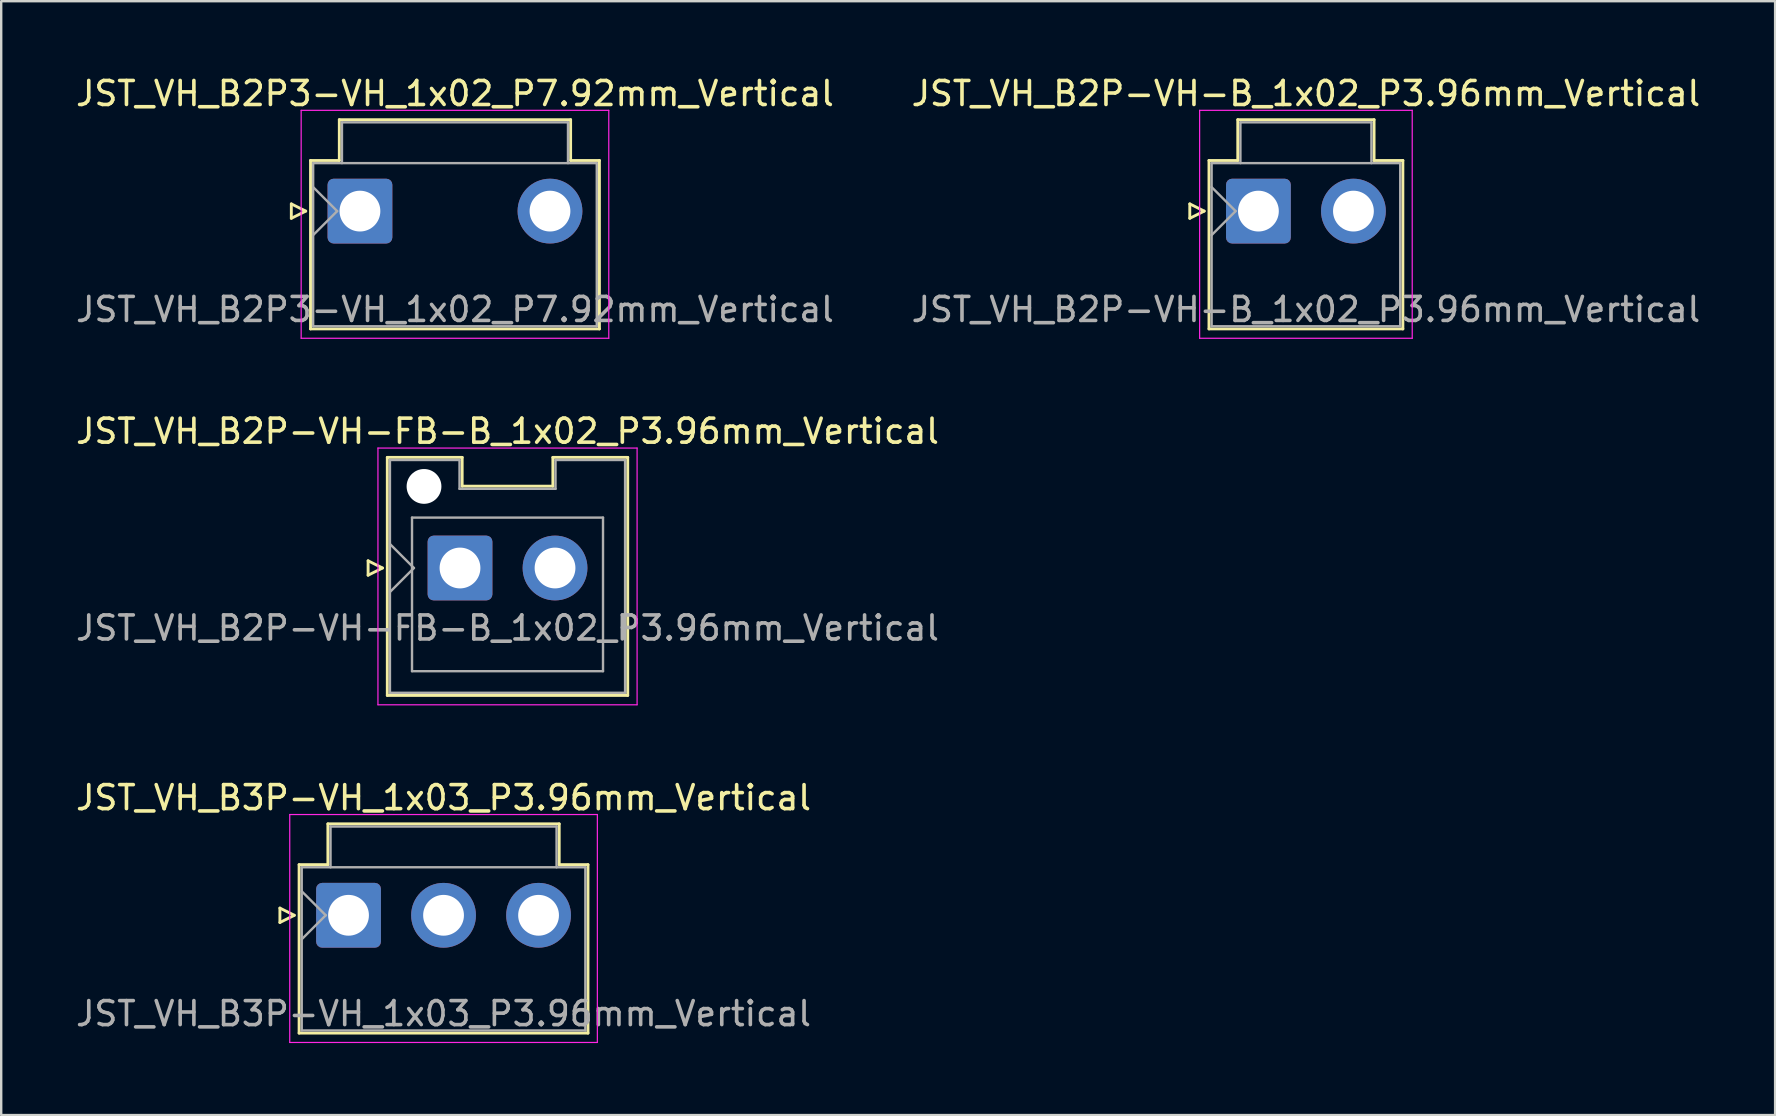
<source format=kicad_pcb>
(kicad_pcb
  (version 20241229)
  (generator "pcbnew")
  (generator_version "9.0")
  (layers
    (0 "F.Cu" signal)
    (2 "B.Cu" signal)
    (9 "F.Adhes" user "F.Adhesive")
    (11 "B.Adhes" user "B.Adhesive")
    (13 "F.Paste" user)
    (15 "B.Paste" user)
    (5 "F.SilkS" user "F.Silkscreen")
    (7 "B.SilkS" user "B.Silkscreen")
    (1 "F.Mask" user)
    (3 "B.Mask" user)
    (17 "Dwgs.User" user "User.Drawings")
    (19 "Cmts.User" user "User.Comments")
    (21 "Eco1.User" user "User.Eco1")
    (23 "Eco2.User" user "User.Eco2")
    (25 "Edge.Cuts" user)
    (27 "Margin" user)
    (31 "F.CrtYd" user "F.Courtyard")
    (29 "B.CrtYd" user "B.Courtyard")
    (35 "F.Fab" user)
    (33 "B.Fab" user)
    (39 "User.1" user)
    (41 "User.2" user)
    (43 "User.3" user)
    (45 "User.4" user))
  (footprint "JST_VH_B3P-VH_1x03_P3.96mm_Vertical"
    (layer "F.Cu")
    (at 11.475 35.095)
    (property "Reference" "JST_VH_B3P-VH_1x03_P3.96mm_Vertical" (at 3.96 -4.9 0) (layer "F.SilkS") (effects (font (size 1 1) (thickness 0.15))))
    (attr through_hole)
    (fp_line (start -2.86 -0.3) (end -2.26 0) (stroke (width 0.12) (type solid)) (layer "F.SilkS"))
    (fp_line (start -2.86 0.3) (end -2.86 -0.3) (stroke (width 0.12) (type solid)) (layer "F.SilkS"))
    (fp_line (start -2.26 0) (end -2.86 0.3) (stroke (width 0.12) (type solid)) (layer "F.SilkS"))
    (fp_line (start -2.06 -2.11) (end -0.86 -2.11) (stroke (width 0.12) (type solid)) (layer "F.SilkS"))
    (fp_line (start -2.06 4.91) (end -2.06 -2.11) (stroke (width 0.12) (type solid)) (layer "F.SilkS"))
    (fp_line (start -0.86 -3.81) (end 8.78 -3.81) (stroke (width 0.12) (type solid)) (layer "F.SilkS"))
    (fp_line (start -0.86 -2.11) (end -0.86 -3.81) (stroke (width 0.12) (type solid)) (layer "F.SilkS"))
    (fp_line (start 8.78 -3.81) (end 8.78 -2.11) (stroke (width 0.12) (type solid)) (layer "F.SilkS"))
    (fp_line (start 8.78 -2.11) (end 9.98 -2.11) (stroke (width 0.12) (type solid)) (layer "F.SilkS"))
    (fp_line (start 9.98 -2.11) (end 9.98 4.91) (stroke (width 0.12) (type solid)) (layer "F.SilkS"))
    (fp_line (start 9.98 4.91) (end -2.06 4.91) (stroke (width 0.12) (type solid)) (layer "F.SilkS"))
    (fp_line (start -2.45 -4.2) (end -2.45 5.3) (stroke (width 0.05) (type solid)) (layer "F.CrtYd"))
    (fp_line (start -2.45 5.3) (end 10.37 5.3) (stroke (width 0.05) (type solid)) (layer "F.CrtYd"))
    (fp_line (start 10.37 -4.2) (end -2.45 -4.2) (stroke (width 0.05) (type solid)) (layer "F.CrtYd"))
    (fp_line (start 10.37 5.3) (end 10.37 -4.2) (stroke (width 0.05) (type solid)) (layer "F.CrtYd"))
    (fp_line (start -1.95 -2) (end -1.95 4.8) (stroke (width 0.1) (type solid)) (layer "F.Fab"))
    (fp_line (start -1.95 -1) (end -0.95 0) (stroke (width 0.1) (type solid)) (layer "F.Fab"))
    (fp_line (start -1.95 1) (end -0.95 0) (stroke (width 0.1) (type solid)) (layer "F.Fab"))
    (fp_line (start -1.95 4.8) (end 9.87 4.8) (stroke (width 0.1) (type solid)) (layer "F.Fab"))
    (fp_line (start -0.75 -3.7) (end 8.67 -3.7) (stroke (width 0.1) (type solid)) (layer "F.Fab"))
    (fp_line (start -0.75 -2) (end -0.75 -3.7) (stroke (width 0.1) (type solid)) (layer "F.Fab"))
    (fp_line (start 8.67 -3.7) (end 8.67 -2) (stroke (width 0.1) (type solid)) (layer "F.Fab"))
    (fp_line (start 9.87 -2) (end -1.95 -2) (stroke (width 0.1) (type solid)) (layer "F.Fab"))
    (fp_line (start 9.87 4.8) (end 9.87 -2) (stroke (width 0.1) (type solid)) (layer "F.Fab"))
    (fp_text user "${REFERENCE}" (at 3.96 4.1 0) (layer "F.Fab") (effects (font (size 1 1) (thickness 0.15))))
    (pad "1" thru_hole roundrect (at 0 0) (size 2.7 2.7) (drill 1.7) (layers "*.Cu" "*.Mask") (roundrect_rratio 0.093))
    (pad "2" thru_hole circle (at 3.96 0) (size 2.7 2.7) (drill 1.7) (layers "*.Cu" "*.Mask"))
    (pad "3" thru_hole circle (at 7.92 0) (size 2.7 2.7) (drill 1.7) (layers "*.Cu" "*.Mask")))
  (footprint "JST_VH_B2P-VH-B_1x02_P3.96mm_Vertical"
    (layer "F.Cu")
    (at 49.395 5.748)
    (property "Reference" "JST_VH_B2P-VH-B_1x02_P3.96mm_Vertical" (at 1.98 -4.9 0) (layer "F.SilkS") (effects (font (size 1 1) (thickness 0.15))))
    (attr through_hole)
    (fp_line (start -2.86 -0.3) (end -2.26 0) (stroke (width 0.12) (type solid)) (layer "F.SilkS"))
    (fp_line (start -2.86 0.3) (end -2.86 -0.3) (stroke (width 0.12) (type solid)) (layer "F.SilkS"))
    (fp_line (start -2.26 0) (end -2.86 0.3) (stroke (width 0.12) (type solid)) (layer "F.SilkS"))
    (fp_line (start -2.06 -2.11) (end -0.86 -2.11) (stroke (width 0.12) (type solid)) (layer "F.SilkS"))
    (fp_line (start -2.06 4.91) (end -2.06 -2.11) (stroke (width 0.12) (type solid)) (layer "F.SilkS"))
    (fp_line (start -0.86 -3.81) (end 4.82 -3.81) (stroke (width 0.12) (type solid)) (layer "F.SilkS"))
    (fp_line (start -0.86 -2.11) (end -0.86 -3.81) (stroke (width 0.12) (type solid)) (layer "F.SilkS"))
    (fp_line (start 4.82 -3.81) (end 4.82 -2.11) (stroke (width 0.12) (type solid)) (layer "F.SilkS"))
    (fp_line (start 4.82 -2.11) (end 6.02 -2.11) (stroke (width 0.12) (type solid)) (layer "F.SilkS"))
    (fp_line (start 6.02 -2.11) (end 6.02 4.91) (stroke (width 0.12) (type solid)) (layer "F.SilkS"))
    (fp_line (start 6.02 4.91) (end -2.06 4.91) (stroke (width 0.12) (type solid)) (layer "F.SilkS"))
    (fp_line (start -2.45 -4.2) (end -2.45 5.3) (stroke (width 0.05) (type solid)) (layer "F.CrtYd"))
    (fp_line (start -2.45 5.3) (end 6.41 5.3) (stroke (width 0.05) (type solid)) (layer "F.CrtYd"))
    (fp_line (start 6.41 -4.2) (end -2.45 -4.2) (stroke (width 0.05) (type solid)) (layer "F.CrtYd"))
    (fp_line (start 6.41 5.3) (end 6.41 -4.2) (stroke (width 0.05) (type solid)) (layer "F.CrtYd"))
    (fp_line (start -1.95 -2) (end -1.95 4.8) (stroke (width 0.1) (type solid)) (layer "F.Fab"))
    (fp_line (start -1.95 -1) (end -0.95 0) (stroke (width 0.1) (type solid)) (layer "F.Fab"))
    (fp_line (start -1.95 1) (end -0.95 0) (stroke (width 0.1) (type solid)) (layer "F.Fab"))
    (fp_line (start -1.95 4.8) (end 5.91 4.8) (stroke (width 0.1) (type solid)) (layer "F.Fab"))
    (fp_line (start -0.75 -3.7) (end 4.71 -3.7) (stroke (width 0.1) (type solid)) (layer "F.Fab"))
    (fp_line (start -0.75 -2) (end -0.75 -3.7) (stroke (width 0.1) (type solid)) (layer "F.Fab"))
    (fp_line (start 4.71 -3.7) (end 4.71 -2) (stroke (width 0.1) (type solid)) (layer "F.Fab"))
    (fp_line (start 5.91 -2) (end -1.95 -2) (stroke (width 0.1) (type solid)) (layer "F.Fab"))
    (fp_line (start 5.91 4.8) (end 5.91 -2) (stroke (width 0.1) (type solid)) (layer "F.Fab"))
    (fp_text user "${REFERENCE}" (at 1.98 4.1 0) (layer "F.Fab") (effects (font (size 1 1) (thickness 0.15))))
    (pad "1" thru_hole roundrect (at 0 0) (size 2.7 2.7) (drill 1.7) (layers "*.Cu" "*.Mask") (roundrect_rratio 0.093))
    (pad "2" thru_hole circle (at 3.96 0) (size 2.7 2.7) (drill 1.7) (layers "*.Cu" "*.Mask")))
  (footprint "JST_VH_B2P-VH-FB-B_1x02_P3.96mm_Vertical"
    (layer "F.Cu")
    (at 16.121 20.622)
    (property "Reference" "JST_VH_B2P-VH-FB-B_1x02_P3.96mm_Vertical" (at 1.98 -5.7 0) (layer "F.SilkS") (effects (font (size 1 1) (thickness 0.15))))
    (attr through_hole)
    (fp_line (start -3.83 -0.3) (end -3.23 0) (stroke (width 0.12) (type solid)) (layer "F.SilkS"))
    (fp_line (start -3.83 0.3) (end -3.83 -0.3) (stroke (width 0.12) (type solid)) (layer "F.SilkS"))
    (fp_line (start -3.23 0) (end -3.83 0.3) (stroke (width 0.12) (type solid)) (layer "F.SilkS"))
    (fp_line (start -3.03 -4.61) (end 0.09 -4.61) (stroke (width 0.12) (type solid)) (layer "F.SilkS"))
    (fp_line (start -3.03 5.31) (end -3.03 -4.61) (stroke (width 0.12) (type solid)) (layer "F.SilkS"))
    (fp_line (start 0.09 -4.61) (end 0.09 -3.41) (stroke (width 0.12) (type solid)) (layer "F.SilkS"))
    (fp_line (start 0.09 -3.41) (end 3.87 -3.41) (stroke (width 0.12) (type solid)) (layer "F.SilkS"))
    (fp_line (start 3.87 -4.61) (end 6.99 -4.61) (stroke (width 0.12) (type solid)) (layer "F.SilkS"))
    (fp_line (start 3.87 -3.41) (end 3.87 -4.61) (stroke (width 0.12) (type solid)) (layer "F.SilkS"))
    (fp_line (start 6.99 -4.61) (end 6.99 5.31) (stroke (width 0.12) (type solid)) (layer "F.SilkS"))
    (fp_line (start 6.99 5.31) (end -3.03 5.31) (stroke (width 0.12) (type solid)) (layer "F.SilkS"))
    (fp_line (start -3.42 -5) (end -3.42 5.7) (stroke (width 0.05) (type solid)) (layer "F.CrtYd"))
    (fp_line (start -3.42 5.7) (end 7.38 5.7) (stroke (width 0.05) (type solid)) (layer "F.CrtYd"))
    (fp_line (start 7.38 -5) (end -3.42 -5) (stroke (width 0.05) (type solid)) (layer "F.CrtYd"))
    (fp_line (start 7.38 5.7) (end 7.38 -5) (stroke (width 0.05) (type solid)) (layer "F.CrtYd"))
    (fp_line (start -2.92 -4.5) (end -0.02 -4.5) (stroke (width 0.1) (type solid)) (layer "F.Fab"))
    (fp_line (start -2.92 -1) (end -1.92 0) (stroke (width 0.1) (type solid)) (layer "F.Fab"))
    (fp_line (start -2.92 1) (end -1.92 0) (stroke (width 0.1) (type solid)) (layer "F.Fab"))
    (fp_line (start -2.92 5.2) (end -2.92 -4.5) (stroke (width 0.1) (type solid)) (layer "F.Fab"))
    (fp_line (start -2 -2.1) (end 5.96 -2.1) (stroke (width 0.1) (type solid)) (layer "F.Fab"))
    (fp_line (start -2 4.3) (end -2 -2.1) (stroke (width 0.1) (type solid)) (layer "F.Fab"))
    (fp_line (start -0.02 -4.5) (end -0.02 -3.3) (stroke (width 0.1) (type solid)) (layer "F.Fab"))
    (fp_line (start -0.02 -3.3) (end 3.98 -3.3) (stroke (width 0.1) (type solid)) (layer "F.Fab"))
    (fp_line (start 3.98 -4.5) (end 6.88 -4.5) (stroke (width 0.1) (type solid)) (layer "F.Fab"))
    (fp_line (start 3.98 -3.3) (end 3.98 -4.5) (stroke (width 0.1) (type solid)) (layer "F.Fab"))
    (fp_line (start 5.96 -2.1) (end 5.96 4.3) (stroke (width 0.1) (type solid)) (layer "F.Fab"))
    (fp_line (start 5.96 4.3) (end -2 4.3) (stroke (width 0.1) (type solid)) (layer "F.Fab"))
    (fp_line (start 6.88 -4.5) (end 6.88 5.2) (stroke (width 0.1) (type solid)) (layer "F.Fab"))
    (fp_line (start 6.88 5.2) (end -2.92 5.2) (stroke (width 0.1) (type solid)) (layer "F.Fab"))
    (fp_text user "${REFERENCE}" (at 1.98 2.5 0) (layer "F.Fab") (effects (font (size 1 1) (thickness 0.15))))
    (pad "" np_thru_hole circle (at -1.5 -3.4) (size 1.45 1.45) (drill 1.45) (layers "*.Cu" "*.Mask"))
    (pad "1" thru_hole roundrect (at 0 0) (size 2.7 2.7) (drill 1.7) (layers "*.Cu" "*.Mask") (roundrect_rratio 0.093))
    (pad "2" thru_hole circle (at 3.96 0) (size 2.7 2.7) (drill 1.7) (layers "*.Cu" "*.Mask")))
  (footprint "JST_VH_B2P3-VH_1x02_P7.92mm_Vertical"
    (layer "F.Cu")
    (at 11.951 5.748)
    (property "Reference" "JST_VH_B2P3-VH_1x02_P7.92mm_Vertical" (at 3.96 -4.9 0) (layer "F.SilkS") (effects (font (size 1 1) (thickness 0.15))))
    (attr through_hole)
    (fp_line (start -2.86 -0.3) (end -2.26 0) (stroke (width 0.12) (type solid)) (layer "F.SilkS"))
    (fp_line (start -2.86 0.3) (end -2.86 -0.3) (stroke (width 0.12) (type solid)) (layer "F.SilkS"))
    (fp_line (start -2.26 0) (end -2.86 0.3) (stroke (width 0.12) (type solid)) (layer "F.SilkS"))
    (fp_line (start -2.06 -2.11) (end -0.86 -2.11) (stroke (width 0.12) (type solid)) (layer "F.SilkS"))
    (fp_line (start -2.06 4.91) (end -2.06 -2.11) (stroke (width 0.12) (type solid)) (layer "F.SilkS"))
    (fp_line (start -0.86 -3.81) (end 8.78 -3.81) (stroke (width 0.12) (type solid)) (layer "F.SilkS"))
    (fp_line (start -0.86 -2.11) (end -0.86 -3.81) (stroke (width 0.12) (type solid)) (layer "F.SilkS"))
    (fp_line (start 8.78 -3.81) (end 8.78 -2.11) (stroke (width 0.12) (type solid)) (layer "F.SilkS"))
    (fp_line (start 8.78 -2.11) (end 9.98 -2.11) (stroke (width 0.12) (type solid)) (layer "F.SilkS"))
    (fp_line (start 9.98 -2.11) (end 9.98 4.91) (stroke (width 0.12) (type solid)) (layer "F.SilkS"))
    (fp_line (start 9.98 4.91) (end -2.06 4.91) (stroke (width 0.12) (type solid)) (layer "F.SilkS"))
    (fp_line (start -2.45 -4.2) (end -2.45 5.3) (stroke (width 0.05) (type solid)) (layer "F.CrtYd"))
    (fp_line (start -2.45 5.3) (end 10.37 5.3) (stroke (width 0.05) (type solid)) (layer "F.CrtYd"))
    (fp_line (start 10.37 -4.2) (end -2.45 -4.2) (stroke (width 0.05) (type solid)) (layer "F.CrtYd"))
    (fp_line (start 10.37 5.3) (end 10.37 -4.2) (stroke (width 0.05) (type solid)) (layer "F.CrtYd"))
    (fp_line (start -1.95 -2) (end -1.95 4.8) (stroke (width 0.1) (type solid)) (layer "F.Fab"))
    (fp_line (start -1.95 -1) (end -0.95 0) (stroke (width 0.1) (type solid)) (layer "F.Fab"))
    (fp_line (start -1.95 1) (end -0.95 0) (stroke (width 0.1) (type solid)) (layer "F.Fab"))
    (fp_line (start -1.95 4.8) (end 9.87 4.8) (stroke (width 0.1) (type solid)) (layer "F.Fab"))
    (fp_line (start -0.75 -3.7) (end 8.67 -3.7) (stroke (width 0.1) (type solid)) (layer "F.Fab"))
    (fp_line (start -0.75 -2) (end -0.75 -3.7) (stroke (width 0.1) (type solid)) (layer "F.Fab"))
    (fp_line (start 8.67 -3.7) (end 8.67 -2) (stroke (width 0.1) (type solid)) (layer "F.Fab"))
    (fp_line (start 9.87 -2) (end -1.95 -2) (stroke (width 0.1) (type solid)) (layer "F.Fab"))
    (fp_line (start 9.87 4.8) (end 9.87 -2) (stroke (width 0.1) (type solid)) (layer "F.Fab"))
    (fp_text user "${REFERENCE}" (at 3.96 4.1 0) (layer "F.Fab") (effects (font (size 1 1) (thickness 0.15))))
    (pad "1" thru_hole roundrect (at 0 0) (size 2.7 2.7) (drill 1.7) (layers "*.Cu" "*.Mask") (roundrect_rratio 0.093))
    (pad "2" thru_hole circle (at 7.92 0) (size 2.7 2.7) (drill 1.7) (layers "*.Cu" "*.Mask")))
  (gr_rect
    (start -3 -3)
    (end 70.929 43.42)
    (stroke (width 0.1) (type default))
    (fill no)
    (layer "Edge.Cuts")))
</source>
